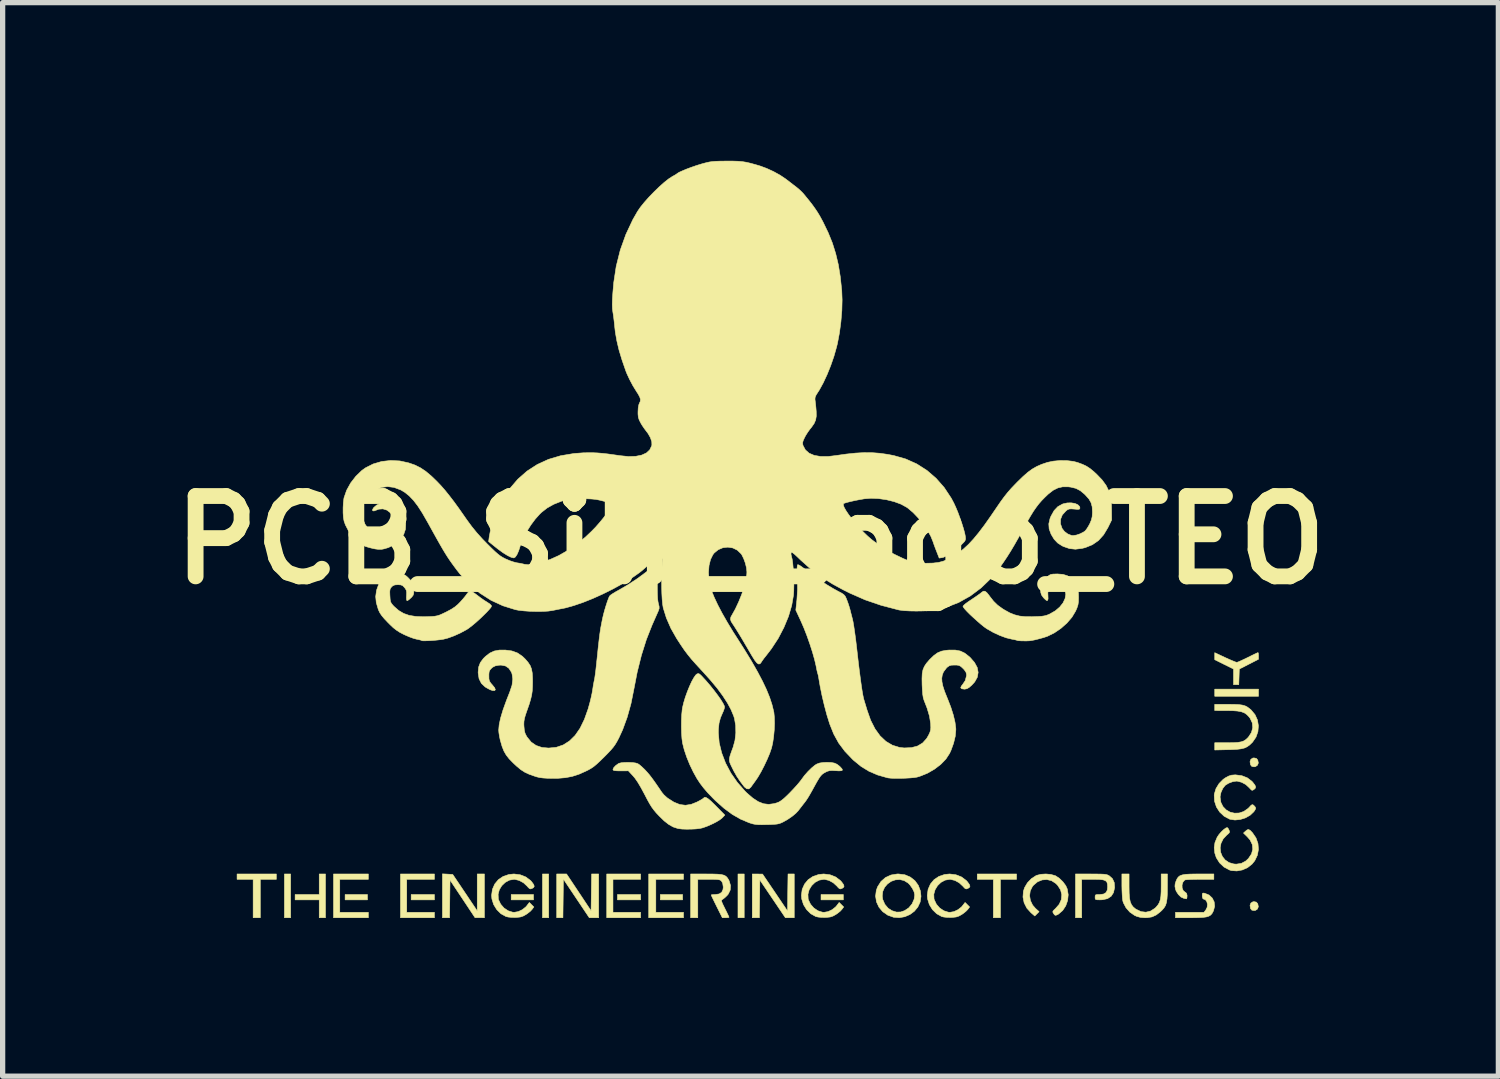
<source format=kicad_pcb>
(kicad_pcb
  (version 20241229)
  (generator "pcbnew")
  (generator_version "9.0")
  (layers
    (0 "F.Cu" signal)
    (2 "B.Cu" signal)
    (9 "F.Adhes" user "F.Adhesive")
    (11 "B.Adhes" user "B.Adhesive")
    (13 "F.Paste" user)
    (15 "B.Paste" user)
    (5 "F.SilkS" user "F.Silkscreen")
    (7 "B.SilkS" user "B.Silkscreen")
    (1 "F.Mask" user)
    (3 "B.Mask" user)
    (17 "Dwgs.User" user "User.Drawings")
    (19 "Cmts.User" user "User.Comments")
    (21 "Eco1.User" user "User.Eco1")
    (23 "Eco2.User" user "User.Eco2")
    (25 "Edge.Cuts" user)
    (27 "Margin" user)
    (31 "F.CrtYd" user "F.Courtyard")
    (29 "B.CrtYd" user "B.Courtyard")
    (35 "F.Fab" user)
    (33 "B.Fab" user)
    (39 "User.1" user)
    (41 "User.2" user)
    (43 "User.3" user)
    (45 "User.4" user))
  (footprint "PCB_Silk_Logo_TEO"
    (layer "F.Cu")
    (at 11.183 7.192)
    (property "Reference" "PCB_Silk_Logo_TEO" (at 0 0 0) (layer "F.SilkS") (effects (font (size 1.524 1.524) (thickness 0.3))))
    (attr through_hole)
    (fp_poly (pts (xy -8.721 7.163) (xy -8.839 7.163) (xy -8.839 6.333) (xy -8.721 6.333) (xy -8.721 7.163)) (stroke (width 0.01) (type solid)) (fill yes) (layer "F.SilkS"))
    (fp_poly (pts (xy -7.264 6.824) (xy -7.688 6.824) (xy -7.688 6.723) (xy -7.264 6.723) (xy -7.264 6.824)) (stroke (width 0.01) (type solid)) (fill yes) (layer "F.SilkS"))
    (fp_poly (pts (xy -5.994 6.824) (xy -6.435 6.824) (xy -6.435 6.723) (xy -5.994 6.723) (xy -5.994 6.824)) (stroke (width 0.01) (type solid)) (fill yes) (layer "F.SilkS"))
    (fp_poly (pts (xy -4.115 6.824) (xy -4.538 6.824) (xy -4.538 6.723) (xy -4.115 6.723) (xy -4.115 6.824)) (stroke (width 0.01) (type solid)) (fill yes) (layer "F.SilkS"))
    (fp_poly (pts (xy -3.827 7.163) (xy -3.945 7.163) (xy -3.945 6.333) (xy -3.827 6.333) (xy -3.827 7.163)) (stroke (width 0.01) (type solid)) (fill yes) (layer "F.SilkS"))
    (fp_poly (pts (xy -2.083 6.824) (xy -2.523 6.824) (xy -2.523 6.723) (xy -2.083 6.723) (xy -2.083 6.824)) (stroke (width 0.01) (type solid)) (fill yes) (layer "F.SilkS"))
    (fp_poly (pts (xy -1.287 6.824) (xy -1.71 6.824) (xy -1.71 6.723) (xy -1.287 6.723) (xy -1.287 6.824)) (stroke (width 0.01) (type solid)) (fill yes) (layer "F.SilkS"))
    (fp_poly (pts (xy -0.119 7.163) (xy -0.237 7.163) (xy -0.237 6.333) (xy -0.119 6.333) (xy -0.119 7.163)) (stroke (width 0.01) (type solid)) (fill yes) (layer "F.SilkS"))
    (fp_poly (pts (xy 1.761 6.824) (xy 1.338 6.824) (xy 1.338 6.723) (xy 1.761 6.723) (xy 1.761 6.824)) (stroke (width 0.01) (type solid)) (fill yes) (layer "F.SilkS"))
    (fp_poly (pts (xy 9.635 2.963) (xy 8.805 2.963) (xy 8.805 2.828) (xy 9.635 2.828) (xy 9.635 2.963)) (stroke (width 0.01) (type solid)) (fill yes) (layer "F.SilkS"))
    (fp_poly (pts (xy -8.992 6.435) (xy -9.296 6.435) (xy -9.296 7.163) (xy -9.432 7.163) (xy -9.432 6.435) (xy -9.737 6.435) (xy -9.737 6.333) (xy -8.992 6.333) (xy -8.992 6.435)) (stroke (width 0.01) (type solid)) (fill yes) (layer "F.SilkS"))
    (fp_poly (pts (xy -8.06 7.163) (xy -8.179 7.163) (xy -8.179 6.824) (xy -8.636 6.824) (xy -8.636 6.723) (xy -8.179 6.723) (xy -8.179 6.333) (xy -8.06 6.333) (xy -8.06 7.163)) (stroke (width 0.01) (type solid)) (fill yes) (layer "F.SilkS"))
    (fp_poly (pts (xy -7.247 6.435) (xy -7.789 6.435) (xy -7.789 7.061) (xy -7.247 7.061) (xy -7.247 7.163) (xy -7.908 7.163) (xy -7.908 6.333) (xy -7.247 6.333) (xy -7.247 6.435)) (stroke (width 0.01) (type solid)) (fill yes) (layer "F.SilkS"))
    (fp_poly (pts (xy -5.994 6.435) (xy -6.519 6.435) (xy -6.519 7.061) (xy -5.994 7.061) (xy -5.994 7.163) (xy -6.638 7.163) (xy -6.638 6.333) (xy -5.994 6.333) (xy -5.994 6.435)) (stroke (width 0.01) (type solid)) (fill yes) (layer "F.SilkS"))
    (fp_poly (pts (xy -2.083 6.435) (xy -2.608 6.435) (xy -2.608 7.061) (xy -2.083 7.061) (xy -2.083 7.163) (xy -2.726 7.163) (xy -2.726 6.333) (xy -2.083 6.333) (xy -2.083 6.435)) (stroke (width 0.01) (type solid)) (fill yes) (layer "F.SilkS"))
    (fp_poly (pts (xy -1.27 6.435) (xy -1.795 6.435) (xy -1.795 7.061) (xy -1.27 7.061) (xy -1.27 7.163) (xy -1.93 7.163) (xy -1.93 6.333) (xy -1.27 6.333) (xy -1.27 6.435)) (stroke (width 0.01) (type solid)) (fill yes) (layer "F.SilkS"))
    (fp_poly (pts (xy 5.046 6.435) (xy 4.741 6.435) (xy 4.741 7.163) (xy 4.606 7.163) (xy 4.606 6.435) (xy 4.301 6.435) (xy 4.301 6.333) (xy 5.046 6.333) (xy 5.046 6.435)) (stroke (width 0.01) (type solid)) (fill yes) (layer "F.SilkS"))
    (fp_poly (pts (xy -3.255 6.683) (xy -3.023 7.032) (xy -3.013 6.333) (xy -2.879 6.333) (xy -2.879 7.163) (xy -3.057 7.163) (xy -3.548 6.431) (xy -3.557 7.163) (xy -3.675 7.163) (xy -3.675 6.333) (xy -3.488 6.333) (xy -3.255 6.683)) (stroke (width 0.01) (type solid)) (fill yes) (layer "F.SilkS"))
    (fp_poly (pts (xy -5.745 6.336) (xy -5.647 6.342) (xy -5.414 6.688) (xy -5.182 7.034) (xy -5.182 6.333) (xy -5.046 6.333) (xy -5.046 7.163) (xy -5.135 7.162) (xy -5.224 7.162) (xy -5.461 6.805) (xy -5.698 6.449) (xy -5.707 7.163) (xy -5.842 7.163) (xy -5.842 6.331) (xy -5.745 6.336)) (stroke (width 0.01) (type solid)) (fill yes) (layer "F.SilkS"))
    (fp_poly (pts (xy 0.83 7.163) (xy 0.662 7.163) (xy 0.42 6.805) (xy 0.178 6.447) (xy 0.169 7.163) (xy 0.034 7.163) (xy 0.034 6.333) (xy 0.131 6.334) (xy 0.229 6.335) (xy 0.466 6.685) (xy 0.703 7.036) (xy 0.707 6.684) (xy 0.712 6.333) (xy 0.83 6.333) (xy 0.83 7.163)) (stroke (width 0.01) (type solid)) (fill yes) (layer "F.SilkS"))
    (fp_poly (pts (xy 9.594 4.141) (xy 9.621 4.173) (xy 9.621 4.174) (xy 9.632 4.228) (xy 9.615 4.271) (xy 9.577 4.297) (xy 9.55 4.301) (xy 9.508 4.293) (xy 9.485 4.264) (xy 9.483 4.259) (xy 9.474 4.203) (xy 9.49 4.159) (xy 9.528 4.134) (xy 9.55 4.132) (xy 9.594 4.141)) (stroke (width 0.01) (type solid)) (fill yes) (layer "F.SilkS"))
    (fp_poly (pts (xy 9.594 6.867) (xy 9.621 6.899) (xy 9.621 6.9) (xy 9.632 6.954) (xy 9.615 6.998) (xy 9.577 7.024) (xy 9.55 7.027) (xy 9.508 7.019) (xy 9.485 6.991) (xy 9.483 6.985) (xy 9.474 6.929) (xy 9.49 6.885) (xy 9.528 6.861) (xy 9.55 6.858) (xy 9.594 6.867)) (stroke (width 0.01) (type solid)) (fill yes) (layer "F.SilkS"))
    (fp_poly (pts (xy 9.632 2.149) (xy 9.635 2.186) (xy 9.635 2.197) (xy 9.635 2.261) (xy 9.453 2.354) (xy 9.271 2.447) (xy 9.266 2.595) (xy 9.261 2.743) (xy 9.161 2.743) (xy 9.161 2.446) (xy 8.983 2.358) (xy 8.805 2.269) (xy 8.805 2.136) (xy 9.001 2.228) (xy 9.078 2.263) (xy 9.144 2.291) (xy 9.194 2.311) (xy 9.221 2.32) (xy 9.222 2.32) (xy 9.246 2.313) (xy 9.293 2.293) (xy 9.357 2.263) (xy 9.43 2.228) (xy 9.432 2.227) (xy 9.504 2.191) (xy 9.564 2.162) (xy 9.607 2.142) (xy 9.626 2.134) (xy 9.626 2.134) (xy 9.632 2.149)) (stroke (width 0.01) (type solid)) (fill yes) (layer "F.SilkS"))
    (fp_poly (pts (xy 8.611 6.698) (xy 8.615 6.699) (xy 8.698 6.733) (xy 8.758 6.79) (xy 8.794 6.862) (xy 8.803 6.945) (xy 8.781 7.032) (xy 8.777 7.039) (xy 8.755 7.081) (xy 8.729 7.111) (xy 8.694 7.133) (xy 8.646 7.148) (xy 8.58 7.157) (xy 8.49 7.161) (xy 8.372 7.163) (xy 8.352 7.163) (xy 8.06 7.163) (xy 8.06 7.061) (xy 8.6 7.061) (xy 8.635 7.017) (xy 8.661 6.965) (xy 8.667 6.91) (xy 8.655 6.859) (xy 8.628 6.822) (xy 8.588 6.807) (xy 8.575 6.792) (xy 8.568 6.754) (xy 8.568 6.748) (xy 8.57 6.708) (xy 8.582 6.695) (xy 8.611 6.698)) (stroke (width 0.01) (type solid)) (fill yes) (layer "F.SilkS"))
    (fp_poly (pts (xy 8.788 6.435) (xy 8.522 6.435) (xy 8.429 6.436) (xy 8.348 6.438) (xy 8.285 6.441) (xy 8.246 6.445) (xy 8.236 6.448) (xy 8.202 6.488) (xy 8.185 6.542) (xy 8.187 6.599) (xy 8.207 6.648) (xy 8.239 6.675) (xy 8.27 6.699) (xy 8.28 6.738) (xy 8.28 6.751) (xy 8.277 6.788) (xy 8.269 6.805) (xy 8.268 6.805) (xy 8.242 6.8) (xy 8.218 6.795) (xy 8.165 6.771) (xy 8.115 6.722) (xy 8.075 6.661) (xy 8.06 6.621) (xy 8.05 6.567) (xy 8.054 6.52) (xy 8.069 6.473) (xy 8.089 6.427) (xy 8.113 6.392) (xy 8.145 6.367) (xy 8.189 6.351) (xy 8.252 6.34) (xy 8.337 6.335) (xy 8.449 6.333) (xy 8.496 6.333) (xy 8.788 6.333) (xy 8.788 6.435)) (stroke (width 0.01) (type solid)) (fill yes) (layer "F.SilkS"))
    (fp_poly (pts (xy 6.456 6.333) (xy 6.564 6.334) (xy 6.644 6.335) (xy 6.702 6.338) (xy 6.743 6.343) (xy 6.772 6.351) (xy 6.796 6.363) (xy 6.802 6.366) (xy 6.865 6.422) (xy 6.899 6.496) (xy 6.906 6.59) (xy 6.905 6.595) (xy 6.885 6.687) (xy 6.84 6.756) (xy 6.771 6.801) (xy 6.678 6.822) (xy 6.631 6.824) (xy 6.577 6.823) (xy 6.549 6.818) (xy 6.538 6.804) (xy 6.536 6.776) (xy 6.536 6.773) (xy 6.538 6.743) (xy 6.549 6.728) (xy 6.579 6.723) (xy 6.621 6.723) (xy 6.695 6.714) (xy 6.743 6.686) (xy 6.768 6.636) (xy 6.773 6.579) (xy 6.77 6.525) (xy 6.759 6.487) (xy 6.733 6.461) (xy 6.689 6.445) (xy 6.622 6.437) (xy 6.528 6.435) (xy 6.494 6.435) (xy 6.282 6.435) (xy 6.282 7.163) (xy 6.164 7.163) (xy 6.164 6.333) (xy 6.456 6.333)) (stroke (width 0.01) (type solid)) (fill yes) (layer "F.SilkS"))
    (fp_poly (pts (xy 9.174 3.117) (xy 9.262 3.121) (xy 9.328 3.13) (xy 9.381 3.145) (xy 9.425 3.168) (xy 9.469 3.201) (xy 9.496 3.224) (xy 9.569 3.312) (xy 9.615 3.413) (xy 9.633 3.523) (xy 9.624 3.633) (xy 9.587 3.738) (xy 9.522 3.833) (xy 9.512 3.843) (xy 9.465 3.888) (xy 9.418 3.921) (xy 9.366 3.945) (xy 9.303 3.96) (xy 9.221 3.97) (xy 9.115 3.975) (xy 9.064 3.976) (xy 8.805 3.982) (xy 8.805 3.844) (xy 9.043 3.844) (xy 9.156 3.843) (xy 9.242 3.838) (xy 9.307 3.827) (xy 9.356 3.81) (xy 9.396 3.784) (xy 9.434 3.748) (xy 9.444 3.737) (xy 9.501 3.65) (xy 9.525 3.56) (xy 9.517 3.468) (xy 9.476 3.381) (xy 9.453 3.351) (xy 9.411 3.308) (xy 9.365 3.277) (xy 9.308 3.256) (xy 9.235 3.243) (xy 9.139 3.236) (xy 9.038 3.235) (xy 8.805 3.234) (xy 8.805 3.116) (xy 9.06 3.116) (xy 9.174 3.117)) (stroke (width 0.01) (type solid)) (fill yes) (layer "F.SilkS"))
    (fp_poly (pts (xy 7.18 6.574) (xy 7.182 6.697) (xy 7.189 6.791) (xy 7.203 6.862) (xy 7.226 6.916) (xy 7.259 6.959) (xy 7.303 6.996) (xy 7.313 7.002) (xy 7.406 7.047) (xy 7.499 7.058) (xy 7.588 7.037) (xy 7.67 6.984) (xy 7.691 6.964) (xy 7.728 6.92) (xy 7.754 6.876) (xy 7.772 6.823) (xy 7.783 6.756) (xy 7.788 6.668) (xy 7.789 6.559) (xy 7.789 6.333) (xy 7.908 6.333) (xy 7.907 6.591) (xy 7.906 6.711) (xy 7.9 6.804) (xy 7.889 6.875) (xy 7.871 6.931) (xy 7.842 6.978) (xy 7.803 7.022) (xy 7.773 7.05) (xy 7.694 7.111) (xy 7.616 7.147) (xy 7.525 7.162) (xy 7.48 7.163) (xy 7.397 7.157) (xy 7.325 7.137) (xy 7.283 7.118) (xy 7.195 7.057) (xy 7.122 6.974) (xy 7.072 6.879) (xy 7.062 6.846) (xy 7.055 6.802) (xy 7.05 6.733) (xy 7.046 6.649) (xy 7.044 6.558) (xy 7.044 6.554) (xy 7.044 6.333) (xy 7.18 6.333) (xy 7.18 6.574)) (stroke (width 0.01) (type solid)) (fill yes) (layer "F.SilkS"))
    (fp_poly (pts (xy 2.927 6.348) (xy 3.031 6.392) (xy 3.118 6.46) (xy 3.183 6.549) (xy 3.223 6.656) (xy 3.234 6.758) (xy 3.218 6.865) (xy 3.174 6.96) (xy 3.108 7.04) (xy 3.024 7.102) (xy 2.927 7.144) (xy 2.822 7.162) (xy 2.715 7.154) (xy 2.61 7.117) (xy 2.606 7.116) (xy 2.508 7.048) (xy 2.436 6.962) (xy 2.39 6.863) (xy 2.373 6.756) (xy 2.373 6.751) (xy 2.499 6.751) (xy 2.508 6.816) (xy 2.548 6.908) (xy 2.611 6.983) (xy 2.682 7.029) (xy 2.768 7.056) (xy 2.849 7.054) (xy 2.922 7.029) (xy 3.002 6.976) (xy 3.065 6.9) (xy 3.104 6.811) (xy 3.115 6.731) (xy 3.103 6.673) (xy 3.071 6.607) (xy 3.026 6.543) (xy 2.992 6.507) (xy 2.914 6.458) (xy 2.831 6.439) (xy 2.747 6.445) (xy 2.668 6.473) (xy 2.599 6.522) (xy 2.544 6.586) (xy 2.509 6.664) (xy 2.499 6.751) (xy 2.373 6.751) (xy 2.386 6.647) (xy 2.41 6.578) (xy 2.475 6.476) (xy 2.56 6.401) (xy 2.664 6.353) (xy 2.785 6.333) (xy 2.808 6.333) (xy 2.927 6.348)) (stroke (width 0.01) (type solid)) (fill yes) (layer "F.SilkS"))
    (fp_poly (pts (xy 5.697 6.342) (xy 5.778 6.365) (xy 5.786 6.368) (xy 5.857 6.415) (xy 5.925 6.481) (xy 5.98 6.555) (xy 6.008 6.618) (xy 6.026 6.727) (xy 6.015 6.836) (xy 5.979 6.938) (xy 5.921 7.026) (xy 5.843 7.093) (xy 5.823 7.105) (xy 5.789 7.118) (xy 5.768 7.11) (xy 5.75 7.086) (xy 5.735 7.059) (xy 5.736 7.039) (xy 5.757 7.015) (xy 5.783 6.991) (xy 5.855 6.909) (xy 5.895 6.82) (xy 5.904 6.727) (xy 5.881 6.635) (xy 5.827 6.55) (xy 5.791 6.513) (xy 5.711 6.461) (xy 5.622 6.439) (xy 5.532 6.446) (xy 5.445 6.481) (xy 5.369 6.545) (xy 5.347 6.571) (xy 5.306 6.654) (xy 5.294 6.745) (xy 5.309 6.837) (xy 5.351 6.924) (xy 5.404 6.985) (xy 5.474 7.048) (xy 5.433 7.089) (xy 5.392 7.13) (xy 5.32 7.068) (xy 5.241 6.981) (xy 5.19 6.88) (xy 5.168 6.771) (xy 5.176 6.661) (xy 5.199 6.591) (xy 5.253 6.5) (xy 5.329 6.421) (xy 5.417 6.364) (xy 5.429 6.359) (xy 5.508 6.339) (xy 5.602 6.333) (xy 5.697 6.342)) (stroke (width 0.01) (type solid)) (fill yes) (layer "F.SilkS"))
    (fp_poly (pts (xy 9.057 5.466) (xy 9.075 5.499) (xy 9.086 5.529) (xy 9.081 5.551) (xy 9.055 5.577) (xy 9.034 5.594) (xy 8.965 5.668) (xy 8.924 5.751) (xy 8.908 5.837) (xy 8.917 5.922) (xy 8.949 6.001) (xy 9.002 6.067) (xy 9.075 6.117) (xy 9.165 6.143) (xy 9.213 6.147) (xy 9.311 6.132) (xy 9.395 6.086) (xy 9.444 6.04) (xy 9.502 5.953) (xy 9.526 5.864) (xy 9.517 5.775) (xy 9.475 5.688) (xy 9.423 5.628) (xy 9.35 5.557) (xy 9.388 5.522) (xy 9.421 5.496) (xy 9.448 5.49) (xy 9.479 5.508) (xy 9.521 5.552) (xy 9.587 5.649) (xy 9.625 5.756) (xy 9.634 5.869) (xy 9.613 5.979) (xy 9.564 6.082) (xy 9.512 6.146) (xy 9.427 6.213) (xy 9.328 6.257) (xy 9.224 6.276) (xy 9.123 6.269) (xy 9.086 6.258) (xy 8.981 6.202) (xy 8.896 6.122) (xy 8.834 6.023) (xy 8.806 5.937) (xy 8.795 5.834) (xy 8.809 5.738) (xy 8.85 5.638) (xy 8.854 5.632) (xy 8.886 5.584) (xy 8.929 5.535) (xy 8.975 5.491) (xy 9.017 5.461) (xy 9.042 5.453) (xy 9.057 5.466)) (stroke (width 0.01) (type solid)) (fill yes) (layer "F.SilkS"))
    (fp_poly (pts (xy -0.714 6.334) (xy -0.621 6.337) (xy -0.552 6.344) (xy -0.501 6.357) (xy -0.465 6.377) (xy -0.438 6.406) (xy -0.414 6.444) (xy -0.404 6.465) (xy -0.378 6.553) (xy -0.384 6.638) (xy -0.422 6.716) (xy -0.446 6.744) (xy -0.486 6.782) (xy -0.522 6.81) (xy -0.531 6.816) (xy -0.545 6.826) (xy -0.549 6.841) (xy -0.543 6.866) (xy -0.525 6.908) (xy -0.493 6.973) (xy -0.485 6.989) (xy -0.452 7.055) (xy -0.426 7.109) (xy -0.41 7.144) (xy -0.406 7.154) (xy -0.421 7.16) (xy -0.459 7.163) (xy -0.47 7.163) (xy -0.534 7.163) (xy -0.64 6.951) (xy -0.678 6.874) (xy -0.71 6.808) (xy -0.733 6.76) (xy -0.744 6.733) (xy -0.745 6.731) (xy -0.73 6.726) (xy -0.692 6.723) (xy -0.671 6.723) (xy -0.595 6.712) (xy -0.546 6.681) (xy -0.521 6.627) (xy -0.516 6.582) (xy -0.527 6.509) (xy -0.549 6.47) (xy -0.565 6.455) (xy -0.586 6.445) (xy -0.618 6.439) (xy -0.668 6.436) (xy -0.743 6.435) (xy -0.79 6.435) (xy -0.999 6.435) (xy -0.999 7.163) (xy -1.135 7.163) (xy -1.135 6.333) (xy -0.837 6.333) (xy -0.714 6.334)) (stroke (width 0.01) (type solid)) (fill yes) (layer "F.SilkS"))
    (fp_poly (pts (xy -4.368 6.348) (xy -4.261 6.39) (xy -4.171 6.457) (xy -4.149 6.482) (xy -4.112 6.533) (xy -4.101 6.567) (xy -4.115 6.592) (xy -4.141 6.607) (xy -4.169 6.617) (xy -4.191 6.611) (xy -4.219 6.584) (xy -4.237 6.563) (xy -4.304 6.501) (xy -4.386 6.456) (xy -4.468 6.436) (xy -4.484 6.435) (xy -4.572 6.45) (xy -4.65 6.492) (xy -4.716 6.555) (xy -4.763 6.632) (xy -4.786 6.718) (xy -4.782 6.806) (xy -4.778 6.822) (xy -4.737 6.907) (xy -4.674 6.979) (xy -4.596 7.031) (xy -4.511 7.058) (xy -4.479 7.06) (xy -4.404 7.047) (xy -4.326 7.01) (xy -4.26 6.957) (xy -4.241 6.935) (xy -4.194 6.873) (xy -4.108 6.959) (xy -4.143 7.006) (xy -4.177 7.042) (xy -4.228 7.082) (xy -4.259 7.103) (xy -4.312 7.132) (xy -4.363 7.149) (xy -4.426 7.156) (xy -4.46 7.158) (xy -4.53 7.157) (xy -4.595 7.15) (xy -4.637 7.14) (xy -4.733 7.087) (xy -4.812 7.009) (xy -4.871 6.913) (xy -4.904 6.807) (xy -4.91 6.739) (xy -4.894 6.624) (xy -4.85 6.524) (xy -4.781 6.441) (xy -4.691 6.38) (xy -4.582 6.343) (xy -4.486 6.333) (xy -4.368 6.348)) (stroke (width 0.01) (type solid)) (fill yes) (layer "F.SilkS"))
    (fp_poly (pts (xy 1.508 6.348) (xy 1.615 6.39) (xy 1.704 6.457) (xy 1.727 6.482) (xy 1.764 6.533) (xy 1.775 6.567) (xy 1.761 6.592) (xy 1.735 6.607) (xy 1.707 6.617) (xy 1.685 6.611) (xy 1.657 6.584) (xy 1.639 6.563) (xy 1.571 6.501) (xy 1.49 6.456) (xy 1.408 6.436) (xy 1.392 6.435) (xy 1.304 6.45) (xy 1.225 6.492) (xy 1.16 6.555) (xy 1.113 6.632) (xy 1.09 6.718) (xy 1.094 6.806) (xy 1.098 6.822) (xy 1.139 6.907) (xy 1.202 6.979) (xy 1.279 7.031) (xy 1.364 7.058) (xy 1.397 7.06) (xy 1.472 7.047) (xy 1.55 7.01) (xy 1.616 6.957) (xy 1.635 6.935) (xy 1.682 6.873) (xy 1.768 6.959) (xy 1.733 7.006) (xy 1.699 7.042) (xy 1.648 7.082) (xy 1.617 7.103) (xy 1.564 7.132) (xy 1.513 7.149) (xy 1.45 7.156) (xy 1.416 7.158) (xy 1.345 7.157) (xy 1.281 7.15) (xy 1.238 7.14) (xy 1.143 7.087) (xy 1.064 7.009) (xy 1.005 6.913) (xy 0.972 6.807) (xy 0.966 6.739) (xy 0.981 6.624) (xy 1.026 6.524) (xy 1.095 6.441) (xy 1.185 6.38) (xy 1.294 6.343) (xy 1.389 6.333) (xy 1.508 6.348)) (stroke (width 0.01) (type solid)) (fill yes) (layer "F.SilkS"))
    (fp_poly (pts (xy 3.896 6.348) (xy 4.003 6.39) (xy 4.092 6.457) (xy 4.115 6.482) (xy 4.152 6.533) (xy 4.163 6.567) (xy 4.149 6.592) (xy 4.123 6.607) (xy 4.095 6.617) (xy 4.072 6.611) (xy 4.045 6.584) (xy 4.026 6.563) (xy 3.959 6.501) (xy 3.878 6.456) (xy 3.795 6.436) (xy 3.78 6.435) (xy 3.692 6.45) (xy 3.613 6.492) (xy 3.548 6.555) (xy 3.501 6.632) (xy 3.477 6.718) (xy 3.481 6.806) (xy 3.486 6.822) (xy 3.526 6.907) (xy 3.589 6.979) (xy 3.667 7.031) (xy 3.752 7.058) (xy 3.785 7.06) (xy 3.86 7.047) (xy 3.937 7.01) (xy 4.004 6.957) (xy 4.022 6.935) (xy 4.07 6.873) (xy 4.156 6.959) (xy 4.121 7.006) (xy 4.086 7.042) (xy 4.036 7.082) (xy 4.005 7.103) (xy 3.952 7.132) (xy 3.901 7.149) (xy 3.837 7.156) (xy 3.803 7.158) (xy 3.733 7.157) (xy 3.668 7.15) (xy 3.626 7.14) (xy 3.531 7.087) (xy 3.451 7.009) (xy 3.392 6.913) (xy 3.359 6.807) (xy 3.353 6.739) (xy 3.369 6.624) (xy 3.413 6.524) (xy 3.482 6.441) (xy 3.573 6.38) (xy 3.681 6.343) (xy 3.777 6.333) (xy 3.896 6.348)) (stroke (width 0.01) (type solid)) (fill yes) (layer "F.SilkS"))
    (fp_poly (pts (xy 9.318 4.469) (xy 9.423 4.51) (xy 9.51 4.576) (xy 9.53 4.599) (xy 9.568 4.649) (xy 9.581 4.684) (xy 9.572 4.71) (xy 9.547 4.732) (xy 9.523 4.746) (xy 9.503 4.743) (xy 9.479 4.719) (xy 9.459 4.697) (xy 9.394 4.637) (xy 9.314 4.594) (xy 9.232 4.573) (xy 9.215 4.572) (xy 9.145 4.583) (xy 9.07 4.611) (xy 9.009 4.648) (xy 9.003 4.653) (xy 8.957 4.712) (xy 8.923 4.788) (xy 8.907 4.866) (xy 8.907 4.877) (xy 8.921 4.974) (xy 8.961 5.055) (xy 9.021 5.117) (xy 9.095 5.16) (xy 9.179 5.18) (xy 9.268 5.177) (xy 9.355 5.148) (xy 9.437 5.091) (xy 9.459 5.069) (xy 9.493 5.032) (xy 9.515 5.018) (xy 9.533 5.023) (xy 9.55 5.037) (xy 9.576 5.067) (xy 9.581 5.094) (xy 9.563 5.129) (xy 9.544 5.155) (xy 9.476 5.219) (xy 9.388 5.269) (xy 9.288 5.3) (xy 9.188 5.31) (xy 9.096 5.296) (xy 9.086 5.293) (xy 8.983 5.238) (xy 8.899 5.159) (xy 8.837 5.063) (xy 8.801 4.954) (xy 8.795 4.84) (xy 8.798 4.815) (xy 8.829 4.713) (xy 8.887 4.618) (xy 8.965 4.539) (xy 9.008 4.509) (xy 9.07 4.476) (xy 9.123 4.459) (xy 9.186 4.454) (xy 9.203 4.454) (xy 9.318 4.469)) (stroke (width 0.01) (type solid)) (fill yes) (layer "F.SilkS"))
    (fp_poly (pts (xy -2.238 4.22) (xy -2.175 4.229) (xy -2.137 4.241) (xy -2.103 4.264) (xy -2.056 4.305) (xy -2.005 4.354) (xy -1.996 4.363) (xy -1.955 4.408) (xy -1.914 4.456) (xy -1.869 4.515) (xy -1.816 4.588) (xy -1.752 4.68) (xy -1.68 4.786) (xy -1.643 4.831) (xy -1.592 4.878) (xy -1.57 4.896) (xy -1.452 4.971) (xy -1.341 5.016) (xy -1.233 5.03) (xy -1.125 5.013) (xy -1.017 4.97) (xy -0.96 4.94) (xy -0.915 4.914) (xy -0.891 4.896) (xy -0.889 4.894) (xy -0.871 4.879) (xy -0.844 4.882) (xy -0.805 4.905) (xy -0.751 4.95) (xy -0.68 5.019) (xy -0.652 5.047) (xy -0.486 5.216) (xy -0.533 5.266) (xy -0.582 5.306) (xy -0.654 5.349) (xy -0.74 5.392) (xy -0.828 5.43) (xy -0.911 5.459) (xy -0.961 5.47) (xy -1.036 5.479) (xy -1.124 5.483) (xy -1.216 5.484) (xy -1.3 5.481) (xy -1.365 5.473) (xy -1.38 5.47) (xy -1.467 5.441) (xy -1.55 5.394) (xy -1.637 5.326) (xy -1.73 5.235) (xy -1.786 5.176) (xy -1.831 5.122) (xy -1.871 5.068) (xy -1.911 5.004) (xy -1.955 4.925) (xy -2.006 4.827) (xy -2.076 4.697) (xy -2.137 4.594) (xy -2.191 4.516) (xy -2.228 4.472) (xy -2.316 4.377) (xy -2.462 4.378) (xy -2.534 4.377) (xy -2.578 4.373) (xy -2.6 4.366) (xy -2.608 4.354) (xy -2.608 4.351) (xy -2.594 4.318) (xy -2.558 4.279) (xy -2.51 4.244) (xy -2.495 4.235) (xy -2.452 4.224) (xy -2.388 4.218) (xy -2.313 4.217) (xy -2.238 4.22)) (stroke (width 0.01) (type solid)) (fill yes) (layer "F.SilkS"))
    (fp_poly (pts (xy 5.925 0.651) (xy 6.01 0.677) (xy 6.082 0.724) (xy 6.125 0.768) (xy 6.174 0.837) (xy 6.205 0.915) (xy 6.22 1.01) (xy 6.222 1.092) (xy 6.22 1.17) (xy 6.211 1.23) (xy 6.192 1.288) (xy 6.166 1.348) (xy 6.097 1.463) (xy 6.002 1.574) (xy 5.888 1.675) (xy 5.762 1.761) (xy 5.632 1.825) (xy 5.561 1.849) (xy 5.466 1.875) (xy 5.395 1.893) (xy 5.339 1.904) (xy 5.291 1.911) (xy 5.241 1.913) (xy 5.195 1.913) (xy 5.133 1.912) (xy 5.085 1.909) (xy 5.061 1.905) (xy 5.06 1.904) (xy 5.039 1.897) (xy 4.996 1.887) (xy 4.957 1.88) (xy 4.849 1.854) (xy 4.727 1.809) (xy 4.602 1.751) (xy 4.485 1.684) (xy 4.483 1.683) (xy 4.432 1.647) (xy 4.37 1.597) (xy 4.302 1.538) (xy 4.232 1.475) (xy 4.165 1.413) (xy 4.107 1.355) (xy 4.062 1.306) (xy 4.036 1.271) (xy 4.03 1.258) (xy 4.043 1.239) (xy 4.078 1.208) (xy 4.126 1.173) (xy 4.212 1.115) (xy 4.276 1.072) (xy 4.32 1.041) (xy 4.35 1.02) (xy 4.37 1.004) (xy 4.385 0.992) (xy 4.417 0.97) (xy 4.448 0.971) (xy 4.483 0.998) (xy 4.526 1.051) (xy 4.534 1.063) (xy 4.61 1.16) (xy 4.688 1.236) (xy 4.782 1.304) (xy 4.818 1.326) (xy 4.917 1.381) (xy 5.01 1.418) (xy 5.105 1.442) (xy 5.212 1.453) (xy 5.341 1.454) (xy 5.359 1.453) (xy 5.453 1.45) (xy 5.522 1.446) (xy 5.574 1.438) (xy 5.617 1.427) (xy 5.66 1.41) (xy 5.681 1.4) (xy 5.782 1.342) (xy 5.865 1.271) (xy 5.927 1.193) (xy 5.966 1.111) (xy 5.98 1.03) (xy 5.966 0.954) (xy 5.934 0.899) (xy 5.901 0.866) (xy 5.866 0.851) (xy 5.814 0.847) (xy 5.808 0.847) (xy 5.754 0.85) (xy 5.718 0.864) (xy 5.685 0.895) (xy 5.681 0.901) (xy 5.655 0.936) (xy 5.642 0.971) (xy 5.64 1.017) (xy 5.642 1.053) (xy 5.644 1.116) (xy 5.635 1.146) (xy 5.613 1.146) (xy 5.578 1.115) (xy 5.556 1.092) (xy 5.52 1.042) (xy 5.505 0.993) (xy 5.503 0.955) (xy 5.52 0.858) (xy 5.567 0.766) (xy 5.63 0.697) (xy 5.664 0.669) (xy 5.695 0.653) (xy 5.734 0.646) (xy 5.793 0.644) (xy 5.818 0.643) (xy 5.925 0.651)) (stroke (width 0.01) (type solid)) (fill yes) (layer "F.SilkS"))
    (fp_poly (pts (xy -6.635 0.644) (xy -6.59 0.649) (xy -6.558 0.661) (xy -6.527 0.683) (xy -6.501 0.706) (xy -6.439 0.771) (xy -6.402 0.834) (xy -6.386 0.907) (xy -6.384 0.953) (xy -6.387 1.01) (xy -6.398 1.048) (xy -6.425 1.083) (xy -6.44 1.097) (xy -6.477 1.13) (xy -6.505 1.149) (xy -6.513 1.151) (xy -6.522 1.136) (xy -6.525 1.092) (xy -6.523 1.053) (xy -6.521 0.994) (xy -6.527 0.955) (xy -6.545 0.922) (xy -6.561 0.901) (xy -6.595 0.866) (xy -6.631 0.851) (xy -6.683 0.847) (xy -6.687 0.847) (xy -6.745 0.851) (xy -6.785 0.869) (xy -6.806 0.888) (xy -6.826 0.913) (xy -6.837 0.941) (xy -6.841 0.981) (xy -6.839 1.044) (xy -6.838 1.057) (xy -6.834 1.123) (xy -6.827 1.167) (xy -6.811 1.2) (xy -6.783 1.235) (xy -6.756 1.263) (xy -6.671 1.337) (xy -6.578 1.392) (xy -6.473 1.429) (xy -6.348 1.449) (xy -6.2 1.455) (xy -6.136 1.453) (xy -6.05 1.45) (xy -5.988 1.445) (xy -5.939 1.436) (xy -5.892 1.421) (xy -5.838 1.397) (xy -5.769 1.364) (xy -5.679 1.316) (xy -5.609 1.271) (xy -5.549 1.221) (xy -5.504 1.175) (xy -5.454 1.119) (xy -5.41 1.066) (xy -5.379 1.024) (xy -5.374 1.017) (xy -5.346 0.982) (xy -5.317 0.965) (xy -5.314 0.965) (xy -5.287 0.975) (xy -5.243 1.002) (xy -5.19 1.041) (xy -5.177 1.051) (xy -5.114 1.099) (xy -5.048 1.145) (xy -4.993 1.179) (xy -4.991 1.181) (xy -4.943 1.212) (xy -4.915 1.241) (xy -4.911 1.253) (xy -4.923 1.278) (xy -4.957 1.319) (xy -5.007 1.373) (xy -5.069 1.434) (xy -5.137 1.499) (xy -5.208 1.563) (xy -5.276 1.62) (xy -5.337 1.667) (xy -5.382 1.698) (xy -5.503 1.763) (xy -5.625 1.818) (xy -5.741 1.86) (xy -5.823 1.881) (xy -5.881 1.89) (xy -5.953 1.898) (xy -6.03 1.905) (xy -6.105 1.909) (xy -6.168 1.911) (xy -6.214 1.911) (xy -6.233 1.907) (xy -6.254 1.898) (xy -6.297 1.887) (xy -6.334 1.88) (xy -6.391 1.865) (xy -6.465 1.838) (xy -6.544 1.804) (xy -6.579 1.788) (xy -6.654 1.749) (xy -6.715 1.709) (xy -6.774 1.663) (xy -6.839 1.601) (xy -6.877 1.563) (xy -6.946 1.49) (xy -6.995 1.431) (xy -7.029 1.38) (xy -7.054 1.328) (xy -7.06 1.312) (xy -7.097 1.186) (xy -7.108 1.072) (xy -7.093 0.961) (xy -7.087 0.939) (xy -7.053 0.845) (xy -7.008 0.774) (xy -6.947 0.717) (xy -6.911 0.692) (xy -6.867 0.667) (xy -6.826 0.652) (xy -6.776 0.645) (xy -6.705 0.643) (xy -6.702 0.643) (xy -6.635 0.644)) (stroke (width 0.01) (type solid)) (fill yes) (layer "F.SilkS"))
    (fp_poly (pts (xy -0.968 2.54) (xy -0.935 2.569) (xy -0.918 2.587) (xy -0.837 2.675) (xy -0.758 2.768) (xy -0.684 2.861) (xy -0.617 2.95) (xy -0.561 3.03) (xy -0.52 3.097) (xy -0.496 3.146) (xy -0.491 3.166) (xy -0.499 3.203) (xy -0.517 3.252) (xy -0.526 3.271) (xy -0.569 3.371) (xy -0.596 3.472) (xy -0.608 3.587) (xy -0.609 3.658) (xy -0.593 3.846) (xy -0.546 4.038) (xy -0.472 4.231) (xy -0.372 4.42) (xy -0.248 4.598) (xy -0.104 4.762) (xy -0.068 4.798) (xy 0.045 4.895) (xy 0.148 4.962) (xy 0.247 5.001) (xy 0.346 5.013) (xy 0.449 4.999) (xy 0.501 4.984) (xy 0.543 4.967) (xy 0.587 4.939) (xy 0.638 4.898) (xy 0.702 4.838) (xy 0.746 4.794) (xy 0.812 4.725) (xy 0.875 4.656) (xy 0.927 4.595) (xy 0.963 4.549) (xy 0.964 4.547) (xy 1.022 4.468) (xy 1.09 4.391) (xy 1.159 4.323) (xy 1.223 4.27) (xy 1.257 4.249) (xy 1.311 4.229) (xy 1.38 4.219) (xy 1.448 4.216) (xy 1.531 4.219) (xy 1.591 4.23) (xy 1.64 4.252) (xy 1.687 4.288) (xy 1.698 4.298) (xy 1.734 4.337) (xy 1.745 4.362) (xy 1.726 4.375) (xy 1.678 4.378) (xy 1.621 4.375) (xy 1.55 4.371) (xy 1.5 4.374) (xy 1.458 4.386) (xy 1.43 4.399) (xy 1.39 4.421) (xy 1.358 4.445) (xy 1.329 4.476) (xy 1.298 4.521) (xy 1.259 4.586) (xy 1.22 4.657) (xy 1.166 4.755) (xy 1.124 4.829) (xy 1.09 4.886) (xy 1.06 4.932) (xy 1.031 4.972) (xy 1 5.011) (xy 0.96 5.063) (xy 0.922 5.112) (xy 0.906 5.133) (xy 0.859 5.183) (xy 0.79 5.24) (xy 0.707 5.297) (xy 0.623 5.345) (xy 0.583 5.364) (xy 0.545 5.378) (xy 0.502 5.387) (xy 0.445 5.392) (xy 0.366 5.396) (xy 0.313 5.397) (xy 0.219 5.399) (xy 0.149 5.398) (xy 0.095 5.393) (xy 0.048 5.384) (xy -0.002 5.369) (xy -0.027 5.361) (xy -0.188 5.293) (xy -0.345 5.203) (xy -0.502 5.087) (xy -0.664 4.943) (xy -0.712 4.895) (xy -0.81 4.793) (xy -0.889 4.701) (xy -0.956 4.613) (xy -1.015 4.523) (xy -1.084 4.399) (xy -1.151 4.26) (xy -1.21 4.115) (xy -1.257 3.975) (xy -1.288 3.852) (xy -1.289 3.847) (xy -1.3 3.764) (xy -1.307 3.659) (xy -1.31 3.542) (xy -1.309 3.422) (xy -1.304 3.311) (xy -1.295 3.218) (xy -1.29 3.183) (xy -1.267 3.086) (xy -1.236 2.982) (xy -1.198 2.877) (xy -1.157 2.776) (xy -1.116 2.686) (xy -1.075 2.612) (xy -1.039 2.56) (xy -1.015 2.54) (xy -0.991 2.532) (xy -0.968 2.54)) (stroke (width 0.01) (type solid)) (fill yes) (layer "F.SilkS"))
    (fp_poly (pts (xy 0.915 0.472) (xy 0.955 0.495) (xy 1.007 0.533) (xy 1.045 0.563) (xy 1.107 0.613) (xy 1.165 0.658) (xy 1.21 0.692) (xy 1.225 0.704) (xy 1.338 0.778) (xy 1.453 0.851) (xy 1.561 0.916) (xy 1.653 0.967) (xy 1.67 0.976) (xy 1.731 1.008) (xy 1.769 1.034) (xy 1.795 1.063) (xy 1.815 1.104) (xy 1.833 1.15) (xy 1.859 1.222) (xy 1.882 1.296) (xy 1.895 1.346) (xy 1.911 1.41) (xy 1.927 1.471) (xy 1.932 1.49) (xy 1.945 1.547) (xy 1.96 1.635) (xy 1.977 1.751) (xy 1.996 1.891) (xy 2.015 2.052) (xy 2.032 2.201) (xy 2.049 2.349) (xy 2.067 2.494) (xy 2.085 2.631) (xy 2.102 2.756) (xy 2.118 2.862) (xy 2.133 2.947) (xy 2.145 3.005) (xy 2.149 3.019) (xy 2.161 3.06) (xy 2.18 3.122) (xy 2.202 3.195) (xy 2.211 3.225) (xy 2.279 3.418) (xy 2.362 3.581) (xy 2.458 3.714) (xy 2.568 3.818) (xy 2.691 3.891) (xy 2.826 3.933) (xy 2.915 3.943) (xy 3.053 3.937) (xy 3.17 3.906) (xy 3.266 3.848) (xy 3.342 3.763) (xy 3.379 3.699) (xy 3.403 3.647) (xy 3.416 3.603) (xy 3.42 3.555) (xy 3.417 3.488) (xy 3.416 3.475) (xy 3.395 3.341) (xy 3.35 3.189) (xy 3.292 3.04) (xy 3.277 2.991) (xy 3.266 2.922) (xy 3.259 2.827) (xy 3.255 2.747) (xy 3.253 2.629) (xy 3.257 2.536) (xy 3.271 2.462) (xy 3.297 2.399) (xy 3.336 2.339) (xy 3.391 2.275) (xy 3.402 2.263) (xy 3.48 2.188) (xy 3.55 2.138) (xy 3.625 2.107) (xy 3.713 2.091) (xy 3.772 2.086) (xy 3.886 2.087) (xy 3.98 2.105) (xy 4.064 2.145) (xy 4.148 2.211) (xy 4.164 2.225) (xy 4.248 2.321) (xy 4.3 2.416) (xy 4.318 2.51) (xy 4.302 2.602) (xy 4.253 2.69) (xy 4.197 2.752) (xy 4.145 2.797) (xy 4.104 2.82) (xy 4.063 2.828) (xy 4.057 2.828) (xy 4.007 2.821) (xy 3.987 2.802) (xy 3.999 2.77) (xy 4.019 2.746) (xy 4.073 2.666) (xy 4.097 2.575) (xy 4.098 2.554) (xy 4.088 2.509) (xy 4.055 2.46) (xy 4.032 2.436) (xy 3.991 2.398) (xy 3.956 2.379) (xy 3.913 2.371) (xy 3.871 2.371) (xy 3.812 2.373) (xy 3.772 2.384) (xy 3.735 2.409) (xy 3.717 2.426) (xy 3.66 2.502) (xy 3.637 2.562) (xy 3.628 2.622) (xy 3.632 2.69) (xy 3.649 2.771) (xy 3.681 2.87) (xy 3.73 2.992) (xy 3.74 3.016) (xy 3.8 3.171) (xy 3.847 3.319) (xy 3.879 3.454) (xy 3.894 3.569) (xy 3.895 3.6) (xy 3.884 3.72) (xy 3.852 3.853) (xy 3.804 3.986) (xy 3.776 4.047) (xy 3.706 4.154) (xy 3.608 4.255) (xy 3.489 4.346) (xy 3.355 4.423) (xy 3.213 4.48) (xy 3.159 4.496) (xy 3.104 4.505) (xy 3.026 4.512) (xy 2.934 4.517) (xy 2.837 4.52) (xy 2.744 4.52) (xy 2.665 4.517) (xy 2.608 4.511) (xy 2.599 4.509) (xy 2.412 4.456) (xy 2.247 4.385) (xy 2.098 4.294) (xy 1.955 4.177) (xy 1.937 4.16) (xy 1.791 4.007) (xy 1.673 3.85) (xy 1.579 3.679) (xy 1.502 3.487) (xy 1.5 3.48) (xy 1.45 3.32) (xy 1.402 3.14) (xy 1.358 2.955) (xy 1.322 2.778) (xy 1.303 2.668) (xy 1.293 2.608) (xy 1.284 2.562) (xy 1.278 2.539) (xy 1.278 2.539) (xy 1.271 2.517) (xy 1.26 2.471) (xy 1.248 2.409) (xy 1.244 2.388) (xy 1.216 2.268) (xy 1.176 2.127) (xy 1.127 1.974) (xy 1.072 1.818) (xy 1.014 1.669) (xy 0.962 1.549) (xy 0.86 1.329) (xy 0.881 1.129) (xy 0.892 0.946) (xy 0.892 0.752) (xy 0.889 0.703) (xy 0.885 0.598) (xy 0.885 0.524) (xy 0.889 0.481) (xy 0.895 0.467) (xy 0.915 0.472)) (stroke (width 0.01) (type solid)) (fill yes) (layer "F.SilkS"))
    (fp_poly (pts (xy -1.774 0.473) (xy -1.77 0.518) (xy -1.768 0.587) (xy -1.767 0.674) (xy -1.767 0.774) (xy -1.767 0.792) (xy -1.767 0.928) (xy -1.765 1.034) (xy -1.761 1.115) (xy -1.753 1.174) (xy -1.746 1.207) (xy -1.733 1.259) (xy -1.732 1.298) (xy -1.746 1.341) (xy -1.758 1.368) (xy -1.78 1.418) (xy -1.811 1.488) (xy -1.846 1.567) (xy -1.868 1.617) (xy -1.974 1.886) (xy -2.068 2.184) (xy -2.149 2.508) (xy -2.21 2.823) (xy -2.266 3.102) (xy -2.338 3.361) (xy -2.424 3.596) (xy -2.495 3.751) (xy -2.531 3.819) (xy -2.565 3.876) (xy -2.602 3.928) (xy -2.648 3.982) (xy -2.708 4.046) (xy -2.776 4.115) (xy -2.856 4.193) (xy -2.92 4.252) (xy -2.974 4.297) (xy -3.026 4.332) (xy -3.081 4.363) (xy -3.116 4.38) (xy -3.252 4.441) (xy -3.379 4.482) (xy -3.509 4.507) (xy -3.652 4.519) (xy -3.75 4.52) (xy -3.853 4.518) (xy -3.932 4.513) (xy -3.996 4.505) (xy -4.055 4.491) (xy -4.089 4.48) (xy -4.195 4.443) (xy -4.281 4.403) (xy -4.358 4.353) (xy -4.438 4.286) (xy -4.499 4.229) (xy -4.576 4.15) (xy -4.633 4.077) (xy -4.676 4.002) (xy -4.711 3.914) (xy -4.743 3.803) (xy -4.744 3.802) (xy -4.76 3.728) (xy -4.771 3.655) (xy -4.775 3.604) (xy -4.766 3.502) (xy -4.739 3.376) (xy -4.693 3.222) (xy -4.628 3.042) (xy -4.565 2.882) (xy -4.522 2.753) (xy -4.508 2.637) (xy -4.522 2.538) (xy -4.536 2.502) (xy -4.584 2.43) (xy -4.647 2.388) (xy -4.729 2.372) (xy -4.773 2.374) (xy -4.841 2.387) (xy -4.891 2.413) (xy -4.911 2.431) (xy -4.94 2.463) (xy -4.956 2.496) (xy -4.961 2.542) (xy -4.961 2.577) (xy -4.96 2.635) (xy -4.95 2.675) (xy -4.928 2.711) (xy -4.891 2.753) (xy -4.851 2.803) (xy -4.839 2.838) (xy -4.851 2.856) (xy -4.885 2.856) (xy -4.938 2.839) (xy -5.006 2.802) (xy -5.033 2.785) (xy -5.103 2.719) (xy -5.147 2.632) (xy -5.164 2.524) (xy -5.165 2.506) (xy -5.155 2.408) (xy -5.123 2.324) (xy -5.065 2.246) (xy -5.025 2.207) (xy -4.944 2.144) (xy -4.86 2.105) (xy -4.763 2.087) (xy -4.653 2.086) (xy -4.526 2.103) (xy -4.42 2.141) (xy -4.327 2.204) (xy -4.269 2.26) (xy -4.215 2.324) (xy -4.177 2.382) (xy -4.153 2.445) (xy -4.139 2.52) (xy -4.133 2.616) (xy -4.132 2.684) (xy -4.134 2.781) (xy -4.139 2.864) (xy -4.15 2.941) (xy -4.169 3.02) (xy -4.196 3.112) (xy -4.235 3.224) (xy -4.242 3.243) (xy -4.27 3.325) (xy -4.287 3.387) (xy -4.296 3.44) (xy -4.298 3.494) (xy -4.296 3.533) (xy -4.289 3.607) (xy -4.276 3.662) (xy -4.251 3.713) (xy -4.235 3.739) (xy -4.159 3.832) (xy -4.066 3.896) (xy -3.955 3.934) (xy -3.827 3.945) (xy -3.683 3.931) (xy -3.551 3.886) (xy -3.433 3.811) (xy -3.326 3.706) (xy -3.232 3.57) (xy -3.15 3.402) (xy -3.079 3.203) (xy -3.043 3.073) (xy -3.023 2.99) (xy -3.005 2.907) (xy -2.993 2.837) (xy -2.989 2.811) (xy -2.979 2.745) (xy -2.967 2.683) (xy -2.962 2.659) (xy -2.954 2.621) (xy -2.945 2.557) (xy -2.934 2.475) (xy -2.924 2.383) (xy -2.92 2.345) (xy -2.903 2.186) (xy -2.89 2.057) (xy -2.878 1.951) (xy -2.868 1.864) (xy -2.859 1.792) (xy -2.85 1.729) (xy -2.841 1.671) (xy -2.83 1.613) (xy -2.818 1.55) (xy -2.804 1.482) (xy -2.788 1.413) (xy -2.766 1.331) (xy -2.74 1.245) (xy -2.714 1.165) (xy -2.69 1.101) (xy -2.674 1.064) (xy -2.653 1.044) (xy -2.609 1.014) (xy -2.551 0.979) (xy -2.518 0.961) (xy -2.333 0.854) (xy -2.142 0.729) (xy -1.962 0.595) (xy -1.935 0.573) (xy -1.875 0.526) (xy -1.825 0.488) (xy -1.79 0.464) (xy -1.778 0.457) (xy -1.774 0.473)) (stroke (width 0.01) (type solid)) (fill yes) (layer "F.SilkS"))
    (fp_poly (pts (xy -0.331 -7.187) (xy -0.237 -7.184) (xy -0.157 -7.177) (xy -0.081 -7.165) (xy 0.001 -7.146) (xy 0.099 -7.119) (xy 0.183 -7.094) (xy 0.305 -7.049) (xy 0.436 -6.989) (xy 0.561 -6.92) (xy 0.667 -6.849) (xy 0.672 -6.845) (xy 0.739 -6.794) (xy 0.811 -6.738) (xy 0.868 -6.695) (xy 0.923 -6.649) (xy 0.975 -6.6) (xy 1.005 -6.568) (xy 1.095 -6.458) (xy 1.166 -6.368) (xy 1.223 -6.289) (xy 1.272 -6.216) (xy 1.316 -6.143) (xy 1.36 -6.062) (xy 1.375 -6.034) (xy 1.473 -5.831) (xy 1.553 -5.634) (xy 1.616 -5.433) (xy 1.666 -5.223) (xy 1.703 -4.995) (xy 1.73 -4.742) (xy 1.731 -4.737) (xy 1.738 -4.555) (xy 1.733 -4.352) (xy 1.715 -4.139) (xy 1.687 -3.927) (xy 1.649 -3.726) (xy 1.632 -3.658) (xy 1.583 -3.485) (xy 1.522 -3.309) (xy 1.453 -3.138) (xy 1.38 -2.981) (xy 1.306 -2.846) (xy 1.278 -2.803) (xy 1.244 -2.749) (xy 1.227 -2.71) (xy 1.223 -2.674) (xy 1.227 -2.637) (xy 1.234 -2.584) (xy 1.241 -2.512) (xy 1.247 -2.437) (xy 1.247 -2.436) (xy 1.248 -2.349) (xy 1.236 -2.277) (xy 1.207 -2.21) (xy 1.157 -2.138) (xy 1.128 -2.103) (xy 1.086 -2.045) (xy 1.043 -1.976) (xy 1.024 -1.939) (xy 0.999 -1.884) (xy 0.989 -1.846) (xy 0.992 -1.812) (xy 0.998 -1.79) (xy 1.042 -1.709) (xy 1.112 -1.647) (xy 1.208 -1.606) (xy 1.329 -1.585) (xy 1.475 -1.585) (xy 1.609 -1.601) (xy 1.814 -1.63) (xy 1.993 -1.649) (xy 2.155 -1.658) (xy 2.305 -1.657) (xy 2.45 -1.646) (xy 2.599 -1.625) (xy 2.718 -1.602) (xy 2.943 -1.538) (xy 3.153 -1.444) (xy 3.346 -1.321) (xy 3.52 -1.171) (xy 3.674 -0.996) (xy 3.807 -0.795) (xy 3.856 -0.703) (xy 3.893 -0.623) (xy 3.933 -0.527) (xy 3.972 -0.421) (xy 4.009 -0.315) (xy 4.04 -0.216) (xy 4.063 -0.131) (xy 4.075 -0.07) (xy 4.075 -0.069) (xy 4.079 -0.03) (xy 4.075 -0.001) (xy 4.06 0.027) (xy 4.028 0.061) (xy 3.985 0.103) (xy 3.897 0.181) (xy 3.809 0.247) (xy 3.728 0.297) (xy 3.66 0.327) (xy 3.638 0.333) (xy 3.579 0.342) (xy 3.527 0.209) (xy 3.501 0.142) (xy 3.479 0.082) (xy 3.465 0.04) (xy 3.463 0.034) (xy 3.421 -0.07) (xy 3.356 -0.186) (xy 3.275 -0.304) (xy 3.182 -0.419) (xy 3.085 -0.521) (xy 2.987 -0.604) (xy 2.963 -0.621) (xy 2.856 -0.68) (xy 2.726 -0.728) (xy 2.581 -0.764) (xy 2.431 -0.786) (xy 2.286 -0.792) (xy 2.159 -0.782) (xy 2.066 -0.766) (xy 1.975 -0.748) (xy 1.892 -0.729) (xy 1.825 -0.712) (xy 1.78 -0.698) (xy 1.766 -0.691) (xy 1.76 -0.666) (xy 1.776 -0.621) (xy 1.81 -0.56) (xy 1.859 -0.487) (xy 1.92 -0.405) (xy 1.99 -0.319) (xy 2.066 -0.233) (xy 2.145 -0.149) (xy 2.224 -0.073) (xy 2.3 -0.007) (xy 2.318 0.006) (xy 2.412 0.077) (xy 2.49 0.133) (xy 2.563 0.18) (xy 2.64 0.224) (xy 2.732 0.272) (xy 2.784 0.297) (xy 2.895 0.35) (xy 2.985 0.388) (xy 3.065 0.414) (xy 3.141 0.43) (xy 3.224 0.438) (xy 3.322 0.44) (xy 3.336 0.44) (xy 3.462 0.437) (xy 3.565 0.425) (xy 3.654 0.402) (xy 3.738 0.367) (xy 3.755 0.359) (xy 3.856 0.303) (xy 3.951 0.24) (xy 4.043 0.167) (xy 4.135 0.082) (xy 4.229 -0.019) (xy 4.328 -0.139) (xy 4.435 -0.28) (xy 4.552 -0.446) (xy 4.658 -0.601) (xy 4.738 -0.718) (xy 4.808 -0.814) (xy 4.874 -0.898) (xy 4.944 -0.978) (xy 5.025 -1.063) (xy 5.063 -1.102) (xy 5.168 -1.204) (xy 5.259 -1.284) (xy 5.344 -1.346) (xy 5.429 -1.395) (xy 5.52 -1.435) (xy 5.626 -1.471) (xy 5.628 -1.472) (xy 5.743 -1.496) (xy 5.872 -1.508) (xy 6.004 -1.506) (xy 6.126 -1.491) (xy 6.202 -1.471) (xy 6.297 -1.436) (xy 6.373 -1.4) (xy 6.44 -1.356) (xy 6.511 -1.298) (xy 6.564 -1.249) (xy 6.668 -1.141) (xy 6.744 -1.037) (xy 6.797 -0.929) (xy 6.83 -0.809) (xy 6.846 -0.669) (xy 6.848 -0.584) (xy 6.85 -0.381) (xy 6.779 -0.236) (xy 6.697 -0.099) (xy 6.6 0.009) (xy 6.484 0.089) (xy 6.348 0.144) (xy 6.285 0.159) (xy 6.162 0.174) (xy 6.05 0.162) (xy 5.937 0.123) (xy 5.91 0.11) (xy 5.826 0.056) (xy 5.759 -0.015) (xy 5.701 -0.111) (xy 5.7 -0.114) (xy 5.664 -0.212) (xy 5.658 -0.308) (xy 5.682 -0.411) (xy 5.699 -0.452) (xy 5.758 -0.558) (xy 5.829 -0.633) (xy 5.917 -0.682) (xy 5.932 -0.687) (xy 6.008 -0.704) (xy 6.085 -0.705) (xy 6.154 -0.694) (xy 6.208 -0.67) (xy 6.242 -0.636) (xy 6.248 -0.61) (xy 6.245 -0.592) (xy 6.231 -0.584) (xy 6.199 -0.582) (xy 6.142 -0.587) (xy 6.082 -0.591) (xy 6.043 -0.588) (xy 6.012 -0.575) (xy 5.981 -0.55) (xy 5.914 -0.476) (xy 5.881 -0.394) (xy 5.88 -0.306) (xy 5.91 -0.22) (xy 5.955 -0.162) (xy 6.018 -0.115) (xy 6.087 -0.088) (xy 6.119 -0.085) (xy 6.18 -0.094) (xy 6.251 -0.118) (xy 6.316 -0.151) (xy 6.348 -0.174) (xy 6.376 -0.209) (xy 6.41 -0.263) (xy 6.437 -0.313) (xy 6.465 -0.38) (xy 6.48 -0.442) (xy 6.485 -0.514) (xy 6.485 -0.538) (xy 6.48 -0.632) (xy 6.459 -0.708) (xy 6.42 -0.777) (xy 6.356 -0.849) (xy 6.339 -0.867) (xy 6.256 -0.936) (xy 6.172 -0.98) (xy 6.073 -1.004) (xy 6.023 -1.01) (xy 5.922 -1.01) (xy 5.831 -0.989) (xy 5.742 -0.945) (xy 5.649 -0.873) (xy 5.587 -0.814) (xy 5.524 -0.75) (xy 5.469 -0.687) (xy 5.418 -0.62) (xy 5.366 -0.545) (xy 5.31 -0.454) (xy 5.247 -0.345) (xy 5.174 -0.21) (xy 5.084 -0.047) (xy 5.005 0.092) (xy 4.933 0.213) (xy 4.865 0.321) (xy 4.796 0.424) (xy 4.73 0.518) (xy 4.561 0.727) (xy 4.373 0.908) (xy 4.169 1.061) (xy 3.949 1.184) (xy 3.714 1.276) (xy 3.573 1.316) (xy 3.493 1.329) (xy 3.389 1.339) (xy 3.27 1.345) (xy 3.145 1.347) (xy 3.023 1.345) (xy 2.913 1.339) (xy 2.825 1.328) (xy 2.802 1.323) (xy 2.478 1.238) (xy 2.174 1.134) (xy 1.88 1.005) (xy 1.747 0.938) (xy 1.559 0.835) (xy 1.395 0.734) (xy 1.245 0.629) (xy 1.101 0.513) (xy 0.952 0.38) (xy 0.894 0.324) (xy 0.837 0.271) (xy 0.8 0.242) (xy 0.778 0.233) (xy 0.77 0.239) (xy 0.769 0.274) (xy 0.777 0.309) (xy 0.79 0.359) (xy 0.801 0.435) (xy 0.81 0.531) (xy 0.817 0.639) (xy 0.821 0.752) (xy 0.823 0.862) (xy 0.821 0.963) (xy 0.816 1.043) (xy 0.782 1.241) (xy 0.721 1.448) (xy 0.634 1.658) (xy 0.526 1.865) (xy 0.397 2.062) (xy 0.296 2.193) (xy 0.255 2.244) (xy 0.222 2.29) (xy 0.205 2.317) (xy 0.181 2.347) (xy 0.155 2.352) (xy 0.123 2.332) (xy 0.083 2.283) (xy 0.034 2.205) (xy 0.019 2.18) (xy -0.044 2.072) (xy -0.108 1.963) (xy -0.169 1.859) (xy -0.226 1.765) (xy -0.275 1.686) (xy -0.312 1.628) (xy -0.331 1.6) (xy -0.367 1.544) (xy -0.38 1.5) (xy -0.372 1.46) (xy -0.357 1.433) (xy -0.287 1.308) (xy -0.223 1.171) (xy -0.166 1.03) (xy -0.12 0.891) (xy -0.087 0.762) (xy -0.07 0.65) (xy -0.068 0.605) (xy -0.076 0.526) (xy -0.098 0.436) (xy -0.13 0.349) (xy -0.166 0.277) (xy -0.178 0.261) (xy -0.249 0.192) (xy -0.335 0.15) (xy -0.429 0.135) (xy -0.523 0.146) (xy -0.611 0.183) (xy -0.687 0.245) (xy -0.714 0.28) (xy -0.758 0.37) (xy -0.786 0.483) (xy -0.796 0.613) (xy -0.788 0.751) (xy -0.77 0.858) (xy -0.739 0.961) (xy -0.688 1.086) (xy -0.62 1.231) (xy -0.536 1.391) (xy -0.437 1.564) (xy -0.326 1.747) (xy -0.268 1.837) (xy -0.114 2.079) (xy 0.019 2.297) (xy 0.132 2.495) (xy 0.226 2.673) (xy 0.303 2.835) (xy 0.363 2.983) (xy 0.408 3.12) (xy 0.439 3.246) (xy 0.444 3.268) (xy 0.453 3.361) (xy 0.456 3.475) (xy 0.451 3.602) (xy 0.439 3.729) (xy 0.422 3.846) (xy 0.4 3.943) (xy 0.399 3.945) (xy 0.365 4.045) (xy 0.316 4.161) (xy 0.259 4.282) (xy 0.199 4.398) (xy 0.14 4.499) (xy 0.102 4.555) (xy 0.063 4.609) (xy 0.028 4.657) (xy 0.008 4.686) (xy -0.029 4.719) (xy -0.07 4.718) (xy -0.113 4.684) (xy -0.121 4.675) (xy -0.198 4.573) (xy -0.26 4.48) (xy -0.317 4.379) (xy -0.341 4.331) (xy -0.37 4.271) (xy -0.39 4.225) (xy -0.4 4.185) (xy -0.399 4.145) (xy -0.389 4.097) (xy -0.367 4.032) (xy -0.335 3.944) (xy -0.329 3.929) (xy -0.294 3.8) (xy -0.278 3.66) (xy -0.281 3.518) (xy -0.303 3.387) (xy -0.318 3.338) (xy -0.369 3.216) (xy -0.437 3.09) (xy -0.523 2.957) (xy -0.629 2.813) (xy -0.759 2.657) (xy -0.914 2.485) (xy -0.94 2.457) (xy -1.038 2.35) (xy -1.119 2.259) (xy -1.188 2.174) (xy -1.253 2.088) (xy -1.319 1.991) (xy -1.394 1.876) (xy -1.401 1.865) (xy -1.509 1.675) (xy -1.595 1.478) (xy -1.655 1.286) (xy -1.655 1.284) (xy -1.666 1.218) (xy -1.675 1.125) (xy -1.681 1.013) (xy -1.684 0.89) (xy -1.685 0.761) (xy -1.683 0.635) (xy -1.679 0.52) (xy -1.671 0.421) (xy -1.664 0.365) (xy -1.656 0.304) (xy -1.652 0.258) (xy -1.653 0.234) (xy -1.653 0.233) (xy -1.668 0.239) (xy -1.702 0.265) (xy -1.752 0.307) (xy -1.813 0.361) (xy -1.843 0.388) (xy -1.916 0.456) (xy -1.991 0.521) (xy -2.057 0.579) (xy -2.109 0.62) (xy -2.117 0.626) (xy -2.262 0.727) (xy -2.428 0.829) (xy -2.609 0.928) (xy -2.798 1.022) (xy -2.988 1.108) (xy -3.173 1.182) (xy -3.348 1.242) (xy -3.504 1.286) (xy -3.556 1.297) (xy -3.631 1.311) (xy -3.704 1.326) (xy -3.759 1.337) (xy -3.837 1.348) (xy -3.939 1.354) (xy -4.055 1.355) (xy -4.176 1.352) (xy -4.292 1.344) (xy -4.393 1.333) (xy -4.457 1.321) (xy -4.695 1.247) (xy -4.92 1.143) (xy -5.131 1.008) (xy -5.326 0.843) (xy -5.505 0.649) (xy -5.57 0.567) (xy -5.621 0.498) (xy -5.667 0.435) (xy -5.709 0.375) (xy -5.751 0.312) (xy -5.794 0.243) (xy -5.841 0.165) (xy -5.894 0.073) (xy -5.956 -0.037) (xy -6.029 -0.168) (xy -6.115 -0.324) (xy -6.131 -0.352) (xy -6.224 -0.514) (xy -6.31 -0.647) (xy -6.392 -0.754) (xy -6.473 -0.838) (xy -6.555 -0.904) (xy -6.63 -0.949) (xy -6.759 -0.998) (xy -6.883 -1.014) (xy -7.001 -0.997) (xy -7.115 -0.946) (xy -7.217 -0.867) (xy -7.292 -0.782) (xy -7.339 -0.691) (xy -7.362 -0.585) (xy -7.366 -0.505) (xy -7.351 -0.402) (xy -7.311 -0.302) (xy -7.25 -0.215) (xy -7.173 -0.146) (xy -7.086 -0.103) (xy -7.076 -0.1) (xy -7.021 -0.088) (xy -6.976 -0.09) (xy -6.922 -0.107) (xy -6.919 -0.109) (xy -6.838 -0.155) (xy -6.785 -0.221) (xy -6.759 -0.307) (xy -6.756 -0.352) (xy -6.759 -0.408) (xy -6.771 -0.448) (xy -6.8 -0.487) (xy -6.821 -0.51) (xy -6.892 -0.566) (xy -6.971 -0.591) (xy -7.052 -0.585) (xy -7.094 -0.568) (xy -7.141 -0.551) (xy -7.166 -0.556) (xy -7.166 -0.582) (xy -7.145 -0.616) (xy -7.086 -0.666) (xy -7.007 -0.7) (xy -6.926 -0.711) (xy -6.826 -0.696) (xy -6.736 -0.652) (xy -6.66 -0.586) (xy -6.599 -0.503) (xy -6.557 -0.407) (xy -6.538 -0.306) (xy -6.544 -0.203) (xy -6.577 -0.105) (xy -6.649 0.000245) (xy -6.746 0.083) (xy -6.868 0.143) (xy -6.948 0.167) (xy -7 0.177) (xy -7.053 0.177) (xy -7.117 0.169) (xy -7.157 0.161) (xy -7.229 0.143) (xy -7.296 0.123) (xy -7.345 0.103) (xy -7.346 0.103) (xy -7.447 0.035) (xy -7.54 -0.059) (xy -7.621 -0.169) (xy -7.683 -0.289) (xy -7.708 -0.36) (xy -7.72 -0.427) (xy -7.726 -0.515) (xy -7.726 -0.613) (xy -7.721 -0.708) (xy -7.711 -0.788) (xy -7.708 -0.803) (xy -7.659 -0.944) (xy -7.582 -1.083) (xy -7.484 -1.21) (xy -7.371 -1.319) (xy -7.3 -1.37) (xy -7.155 -1.443) (xy -6.994 -1.49) (xy -6.823 -1.509) (xy -6.649 -1.5) (xy -6.485 -1.464) (xy -6.366 -1.423) (xy -6.261 -1.371) (xy -6.16 -1.304) (xy -6.054 -1.215) (xy -6.022 -1.185) (xy -5.944 -1.109) (xy -5.869 -1.03) (xy -5.793 -0.943) (xy -5.714 -0.845) (xy -5.627 -0.732) (xy -5.531 -0.6) (xy -5.422 -0.444) (xy -5.378 -0.381) (xy -5.287 -0.257) (xy -5.191 -0.139) (xy -5.081 -0.017) (xy -4.996 0.07) (xy -4.912 0.154) (xy -4.845 0.218) (xy -4.791 0.265) (xy -4.745 0.301) (xy -4.7 0.329) (xy -4.653 0.354) (xy -4.639 0.36) (xy -4.567 0.391) (xy -4.493 0.416) (xy -4.434 0.431) (xy -4.428 0.432) (xy -4.365 0.442) (xy -4.306 0.455) (xy -4.288 0.46) (xy -4.213 0.468) (xy -4.152 0.459) (xy -4.093 0.446) (xy -4.018 0.43) (xy -3.954 0.415) (xy -3.801 0.369) (xy -3.637 0.295) (xy -3.467 0.198) (xy -3.296 0.079) (xy -3.13 -0.056) (xy -3.012 -0.168) (xy -2.937 -0.245) (xy -2.864 -0.328) (xy -2.795 -0.412) (xy -2.733 -0.492) (xy -2.683 -0.564) (xy -2.647 -0.623) (xy -2.629 -0.665) (xy -2.629 -0.681) (xy -2.646 -0.692) (xy -2.69 -0.709) (xy -2.751 -0.728) (xy -2.795 -0.74) (xy -2.868 -0.758) (xy -2.936 -0.771) (xy -3.006 -0.778) (xy -3.09 -0.782) (xy -3.198 -0.784) (xy -3.2 -0.784) (xy -3.301 -0.783) (xy -3.375 -0.781) (xy -3.434 -0.776) (xy -3.484 -0.767) (xy -3.534 -0.754) (xy -3.581 -0.738) (xy -3.73 -0.679) (xy -3.855 -0.609) (xy -3.963 -0.525) (xy -3.997 -0.492) (xy -4.082 -0.397) (xy -4.166 -0.284) (xy -4.242 -0.163) (xy -4.307 -0.042) (xy -4.354 0.07) (xy -4.367 0.113) (xy -4.396 0.203) (xy -4.427 0.274) (xy -4.458 0.321) (xy -4.487 0.339) (xy -4.489 0.339) (xy -4.539 0.327) (xy -4.609 0.293) (xy -4.694 0.24) (xy -4.79 0.17) (xy -4.824 0.143) (xy -4.966 0.029) (xy -4.955 -0.057) (xy -4.935 -0.165) (xy -4.898 -0.293) (xy -4.848 -0.432) (xy -4.788 -0.575) (xy -4.722 -0.715) (xy -4.653 -0.843) (xy -4.584 -0.951) (xy -4.568 -0.972) (xy -4.413 -1.153) (xy -4.238 -1.307) (xy -4.045 -1.432) (xy -3.832 -1.53) (xy -3.6 -1.599) (xy -3.349 -1.641) (xy -3.175 -1.654) (xy -3.077 -1.656) (xy -2.988 -1.656) (xy -2.9 -1.652) (xy -2.806 -1.644) (xy -2.699 -1.632) (xy -2.57 -1.614) (xy -2.472 -1.6) (xy -2.314 -1.584) (xy -2.177 -1.588) (xy -2.063 -1.611) (xy -1.973 -1.652) (xy -1.91 -1.711) (xy -1.873 -1.788) (xy -1.87 -1.803) (xy -1.872 -1.866) (xy -1.898 -1.942) (xy -1.942 -2.02) (xy -1.982 -2.073) (xy -2.015 -2.117) (xy -2.055 -2.176) (xy -2.081 -2.22) (xy -2.111 -2.279) (xy -2.127 -2.33) (xy -2.133 -2.389) (xy -2.133 -2.431) (xy -2.129 -2.506) (xy -2.118 -2.565) (xy -2.108 -2.591) (xy -2.09 -2.631) (xy -2.087 -2.67) (xy -2.101 -2.714) (xy -2.133 -2.773) (xy -2.157 -2.809) (xy -2.229 -2.926) (xy -2.294 -3.048) (xy -2.346 -3.161) (xy -2.363 -3.204) (xy -2.436 -3.414) (xy -2.493 -3.603) (xy -2.534 -3.776) (xy -2.563 -3.94) (xy -2.575 -4.047) (xy -2.584 -4.135) (xy -2.594 -4.219) (xy -2.604 -4.29) (xy -2.61 -4.326) (xy -2.618 -4.387) (xy -2.621 -4.468) (xy -2.618 -4.572) (xy -2.609 -4.702) (xy -2.595 -4.861) (xy -2.593 -4.885) (xy -2.546 -5.194) (xy -2.469 -5.5) (xy -2.363 -5.796) (xy -2.231 -6.077) (xy -2.143 -6.231) (xy -2.087 -6.313) (xy -2.012 -6.406) (xy -1.924 -6.505) (xy -1.828 -6.604) (xy -1.731 -6.698) (xy -1.637 -6.782) (xy -1.551 -6.85) (xy -1.479 -6.897) (xy -1.469 -6.902) (xy -1.424 -6.927) (xy -1.389 -6.951) (xy -1.388 -6.953) (xy -1.354 -6.974) (xy -1.294 -7.001) (xy -1.216 -7.034) (xy -1.125 -7.068) (xy -1.03 -7.101) (xy -0.937 -7.13) (xy -0.902 -7.14) (xy -0.837 -7.157) (xy -0.779 -7.17) (xy -0.722 -7.178) (xy -0.657 -7.183) (xy -0.576 -7.186) (xy -0.471 -7.187) (xy -0.449 -7.187) (xy -0.331 -7.187)) (stroke (width 0.01) (type solid)) (fill yes) (layer "F.SilkS")))
  (gr_rect
    (start -3 -3)
    (end 25.367 17.36)
    (stroke (width 0.1) (type default))
    (fill no)
    (layer "Edge.Cuts")))
</source>
